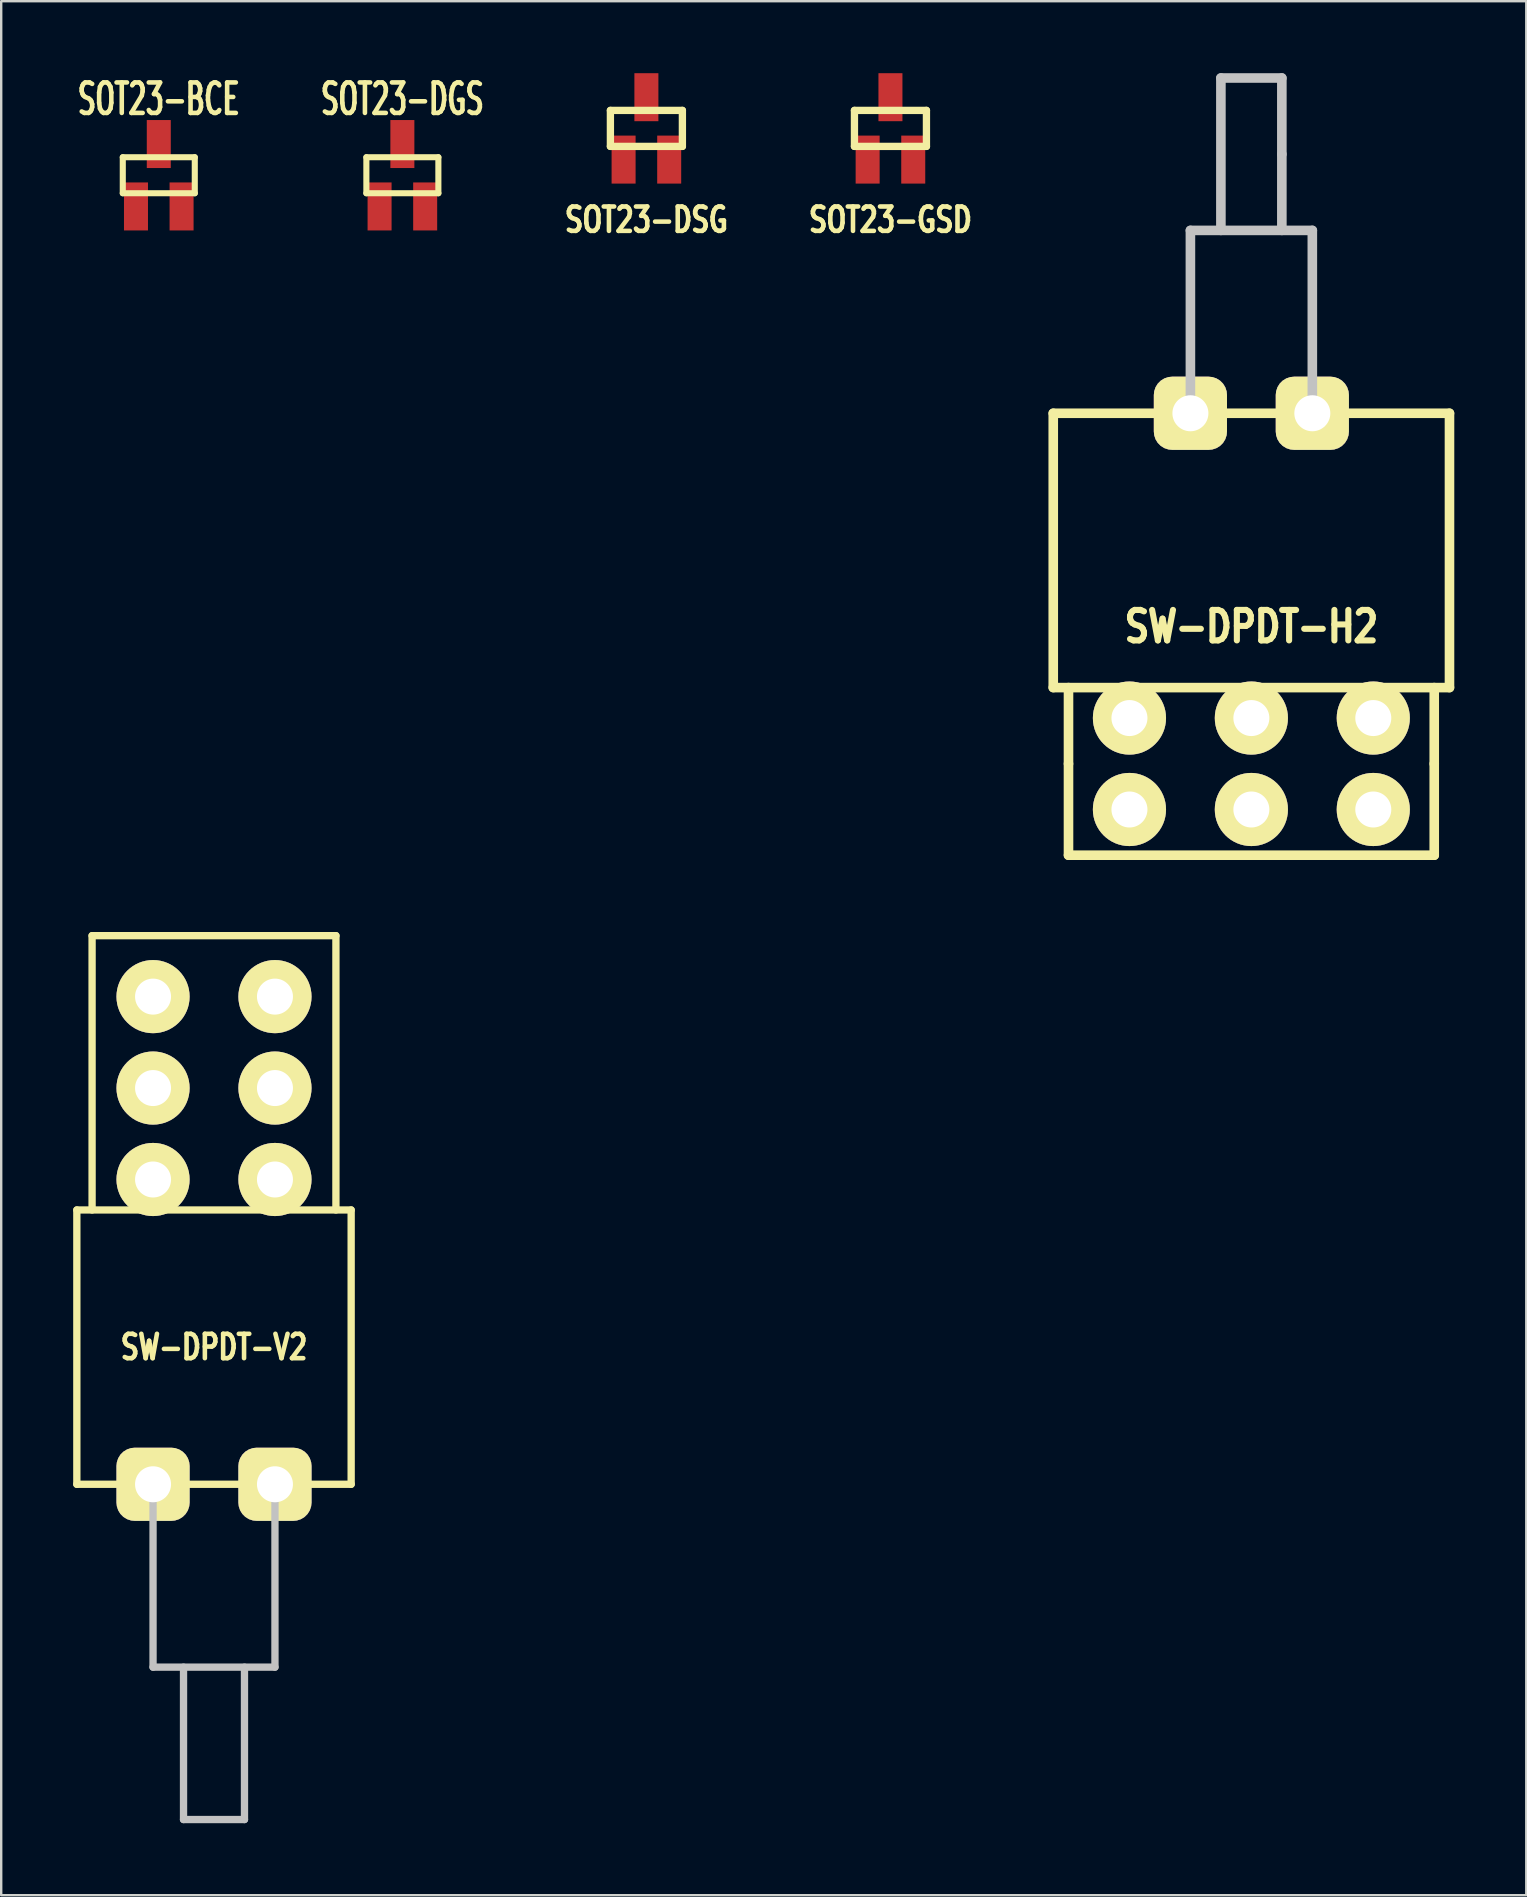
<source format=kicad_pcb>
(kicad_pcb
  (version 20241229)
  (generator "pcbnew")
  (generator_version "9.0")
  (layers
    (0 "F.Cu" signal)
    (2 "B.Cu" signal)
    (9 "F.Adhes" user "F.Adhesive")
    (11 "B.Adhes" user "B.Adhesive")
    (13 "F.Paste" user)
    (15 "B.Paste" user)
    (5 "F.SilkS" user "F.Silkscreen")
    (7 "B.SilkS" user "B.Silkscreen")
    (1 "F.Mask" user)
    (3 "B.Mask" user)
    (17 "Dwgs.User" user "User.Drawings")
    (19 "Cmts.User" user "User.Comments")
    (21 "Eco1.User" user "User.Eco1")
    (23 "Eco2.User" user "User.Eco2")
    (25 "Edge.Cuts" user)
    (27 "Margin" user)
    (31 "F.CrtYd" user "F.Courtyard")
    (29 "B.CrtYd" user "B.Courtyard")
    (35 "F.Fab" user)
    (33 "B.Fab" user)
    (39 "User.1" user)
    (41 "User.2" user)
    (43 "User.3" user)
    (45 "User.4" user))
  (footprint "SW-DPDT-V2"
    (layer "F.Cu")
    (at 5.867 46.097)
    (property "Reference" "SW-DPDT-V2" (at 0 6.985 0) (layer "F.SilkS") (effects (font (size 1.016 0.762) (thickness 0.191))))
    (attr through_hole)
    (fp_line (start -5.715 1.27) (end 5.715 1.27) (stroke (width 0.305) (type solid)) (layer "F.SilkS"))
    (fp_line (start -5.715 12.7) (end -5.715 1.27) (stroke (width 0.305) (type solid)) (layer "F.SilkS"))
    (fp_line (start -5.08 -10.16) (end -5.08 1.27) (stroke (width 0.305) (type solid)) (layer "F.SilkS"))
    (fp_line (start 5.08 -10.16) (end -5.08 -10.16) (stroke (width 0.305) (type solid)) (layer "F.SilkS"))
    (fp_line (start 5.08 1.27) (end 5.08 -10.16) (stroke (width 0.305) (type solid)) (layer "F.SilkS"))
    (fp_line (start 5.715 1.27) (end 5.715 12.7) (stroke (width 0.305) (type solid)) (layer "F.SilkS"))
    (fp_line (start 5.715 12.7) (end -5.715 12.7) (stroke (width 0.305) (type solid)) (layer "F.SilkS"))
    (fp_line (start -2.54 20.32) (end -2.54 12.7) (stroke (width 0.305) (type solid)) (layer "Dwgs.User"))
    (fp_line (start -1.27 26.67) (end -1.27 20.32) (stroke (width 0.305) (type solid)) (layer "Dwgs.User"))
    (fp_line (start 1.27 20.32) (end 1.27 26.67) (stroke (width 0.305) (type solid)) (layer "Dwgs.User"))
    (fp_line (start 1.27 26.67) (end -1.27 26.67) (stroke (width 0.305) (type solid)) (layer "Dwgs.User"))
    (fp_line (start 2.54 12.7) (end 2.54 20.32) (stroke (width 0.305) (type solid)) (layer "Dwgs.User"))
    (fp_line (start 2.54 20.32) (end -2.54 20.32) (stroke (width 0.305) (type solid)) (layer "Dwgs.User"))
    (pad "0" thru_hole roundrect (at -2.54 12.7) (size 3.048 3.048) (drill 1.5) (layers "*.Cu" "*.Mask" "F.SilkS") (roundrect_rratio 0.25))
    (pad "0" thru_hole roundrect (at 2.54 12.7) (size 3.048 3.048) (drill 1.5) (layers "*.Cu" "*.Mask" "F.SilkS") (roundrect_rratio 0.25))
    (pad "1" thru_hole circle (at 2.54 -3.81) (size 3.048 3.048) (drill 1.5) (layers "*.Cu" "*.Mask" "F.SilkS"))
    (pad "2" thru_hole circle (at 2.54 -7.62) (size 3.048 3.048) (drill 1.5) (layers "*.Cu" "*.Mask" "F.SilkS"))
    (pad "3" thru_hole circle (at 2.54 0) (size 3.048 3.048) (drill 1.5) (layers "*.Cu" "*.Mask" "F.SilkS"))
    (pad "4" thru_hole circle (at -2.54 -3.81) (size 3.048 3.048) (drill 1.5) (layers "*.Cu" "*.Mask" "F.SilkS"))
    (pad "5" thru_hole circle (at -2.54 -7.62) (size 3.048 3.048) (drill 1.5) (layers "*.Cu" "*.Mask" "F.SilkS"))
    (pad "6" thru_hole circle (at -2.54 0) (size 3.048 3.048) (drill 1.5) (layers "*.Cu" "*.Mask" "F.SilkS")))
  (footprint "SOT23-DSG"
    (layer "F.Cu")
    (at 23.884 2.3)
    (property "Reference" "SOT23-DSG" (at 0 3.81 0) (layer "F.SilkS") (effects (font (size 1.016 0.762) (thickness 0.191))))
    (attr smd)
    (fp_line (start -1.5 -0.75) (end 1.5 -0.75) (stroke (width 0.305) (type solid)) (layer "F.SilkS"))
    (fp_line (start -1.5 0.75) (end -1.5 -0.75) (stroke (width 0.305) (type solid)) (layer "F.SilkS"))
    (fp_line (start 1.5 -0.75) (end 1.5 0.75) (stroke (width 0.305) (type solid)) (layer "F.SilkS"))
    (fp_line (start 1.5 0.75) (end -1.5 0.75) (stroke (width 0.305) (type solid)) (layer "F.SilkS"))
    (pad "d" smd rect (at -0.95 1.3) (size 1 2) (layers "F.Cu" "F.Mask" "F.Paste"))
    (pad "g" smd rect (at 0 -1.3) (size 1 2) (layers "F.Cu" "F.Mask" "F.Paste"))
    (pad "s" smd rect (at 0.95 1.3) (size 1 2) (layers "F.Cu" "F.Mask" "F.Paste")))
  (footprint "SW-DPDT-H2"
    (layer "F.Cu")
    (at 49.092 14.17)
    (property "Reference" "SW-DPDT-H2" (at 0 8.89 0) (layer "F.SilkS") (effects (font (size 1.27 1.016) (thickness 0.254))))
    (attr through_hole)
    (fp_line (start -8.255 0) (end -8.255 11.43) (stroke (width 0.4) (type solid)) (layer "F.SilkS"))
    (fp_line (start -8.255 0) (end 8.255 0) (stroke (width 0.4) (type solid)) (layer "F.SilkS"))
    (fp_line (start -8.255 11.43) (end 8.255 11.43) (stroke (width 0.4) (type solid)) (layer "F.SilkS"))
    (fp_line (start -7.62 11.43) (end -7.62 14.605) (stroke (width 0.4) (type solid)) (layer "F.SilkS"))
    (fp_line (start -7.62 14.605) (end -7.62 18.415) (stroke (width 0.4) (type solid)) (layer "F.SilkS"))
    (fp_line (start -7.62 18.415) (end 7.62 18.415) (stroke (width 0.4) (type solid)) (layer "F.SilkS"))
    (fp_line (start 7.62 14.605) (end 7.62 11.43) (stroke (width 0.4) (type solid)) (layer "F.SilkS"))
    (fp_line (start 7.62 18.415) (end 7.62 14.605) (stroke (width 0.4) (type solid)) (layer "F.SilkS"))
    (fp_line (start 8.255 11.43) (end 8.255 0) (stroke (width 0.4) (type solid)) (layer "F.SilkS"))
    (fp_line (start -2.54 0) (end -2.54 -7.62) (stroke (width 0.4) (type solid)) (layer "Dwgs.User"))
    (fp_line (start -1.27 -13.97) (end 1.27 -13.97) (stroke (width 0.4) (type solid)) (layer "Dwgs.User"))
    (fp_line (start -1.27 -7.62) (end -1.27 -13.97) (stroke (width 0.4) (type solid)) (layer "Dwgs.User"))
    (fp_line (start 1.27 -13.97) (end 1.27 -10.795) (stroke (width 0.4) (type solid)) (layer "Dwgs.User"))
    (fp_line (start 1.27 -10.795) (end 1.27 -7.62) (stroke (width 0.4) (type solid)) (layer "Dwgs.User"))
    (fp_line (start 2.54 -7.62) (end -2.54 -7.62) (stroke (width 0.4) (type solid)) (layer "Dwgs.User"))
    (fp_line (start 2.54 0) (end 2.54 -7.62) (stroke (width 0.4) (type solid)) (layer "Dwgs.User"))
    (pad "" thru_hole roundrect (at -2.54 0) (size 3.048 3.048) (drill 1.5) (layers "*.Cu" "*.Mask" "F.SilkS") (roundrect_rratio 0.25))
    (pad "" thru_hole roundrect (at 2.54 0) (size 3.048 3.048) (drill 1.5) (layers "*.Cu" "*.Mask" "F.SilkS") (roundrect_rratio 0.25))
    (pad "1" thru_hole circle (at 0 16.51) (size 3.048 3.048) (drill 1.5) (layers "*.Cu" "*.Mask" "F.SilkS"))
    (pad "2" thru_hole circle (at 5.08 16.51) (size 3.048 3.048) (drill 1.5) (layers "*.Cu" "*.Mask" "F.SilkS"))
    (pad "3" thru_hole circle (at -5.08 16.51) (size 3.048 3.048) (drill 1.5) (layers "*.Cu" "*.Mask" "F.SilkS"))
    (pad "4" thru_hole circle (at 0 12.7) (size 3.048 3.048) (drill 1.5) (layers "*.Cu" "*.Mask" "F.SilkS"))
    (pad "5" thru_hole circle (at 5.08 12.7) (size 3.048 3.048) (drill 1.5) (layers "*.Cu" "*.Mask" "F.SilkS"))
    (pad "6" thru_hole circle (at -5.08 12.7) (size 3.048 3.048) (drill 1.5) (layers "*.Cu" "*.Mask" "F.SilkS")))
  (footprint "SOT23-GSD"
    (layer "F.Cu")
    (at 34.053 2.3)
    (property "Reference" "SOT23-GSD" (at 0 3.81 0) (layer "F.SilkS") (effects (font (size 1.016 0.762) (thickness 0.191))))
    (attr smd)
    (fp_line (start -1.5 -0.75) (end 1.5 -0.75) (stroke (width 0.305) (type solid)) (layer "F.SilkS"))
    (fp_line (start -1.5 0.75) (end -1.5 -0.75) (stroke (width 0.305) (type solid)) (layer "F.SilkS"))
    (fp_line (start 1.5 -0.75) (end 1.5 0.75) (stroke (width 0.305) (type solid)) (layer "F.SilkS"))
    (fp_line (start 1.5 0.75) (end -1.5 0.75) (stroke (width 0.305) (type solid)) (layer "F.SilkS"))
    (pad "d" smd rect (at 0 -1.3) (size 1 2) (layers "F.Cu" "F.Mask" "F.Paste"))
    (pad "g" smd rect (at -0.95 1.3) (size 1 2) (layers "F.Cu" "F.Mask" "F.Paste"))
    (pad "s" smd rect (at 0.95 1.3) (size 1 2) (layers "F.Cu" "F.Mask" "F.Paste")))
  (footprint "SOT23-DGS"
    (layer "F.Cu")
    (at 13.716 4.252)
    (property "Reference" "SOT23-DGS" (at 0 -3.175 0) (layer "F.SilkS") (effects (font (size 1.27 0.762) (thickness 0.191))))
    (attr through_hole)
    (fp_line (start -1.5 -0.75) (end 1.5 -0.75) (stroke (width 0.254) (type solid)) (layer "F.SilkS"))
    (fp_line (start -1.5 0.75) (end -1.5 -0.75) (stroke (width 0.254) (type solid)) (layer "F.SilkS"))
    (fp_line (start 1.5 -0.75) (end 1.5 0.75) (stroke (width 0.254) (type solid)) (layer "F.SilkS"))
    (fp_line (start 1.5 0.75) (end -1.5 0.75) (stroke (width 0.254) (type solid)) (layer "F.SilkS"))
    (pad "D" smd rect (at -0.95 1.3) (size 1 2) (layers "F.Cu" "F.Mask" "F.Paste"))
    (pad "G" smd rect (at 0 -1.3) (size 1 2) (layers "F.Cu" "F.Mask" "F.Paste"))
    (pad "S" smd rect (at 0.95 1.3) (size 1 2) (layers "F.Cu" "F.Mask" "F.Paste")))
  (footprint "SOT23-BCE"
    (layer "F.Cu")
    (at 3.566 4.252)
    (property "Reference" "SOT23-BCE" (at 0 -3.175 0) (layer "F.SilkS") (effects (font (size 1.27 0.762) (thickness 0.191))))
    (attr through_hole)
    (fp_line (start -1.5 -0.75) (end 1.5 -0.75) (stroke (width 0.254) (type solid)) (layer "F.SilkS"))
    (fp_line (start -1.5 0.75) (end -1.5 -0.75) (stroke (width 0.254) (type solid)) (layer "F.SilkS"))
    (fp_line (start 1.5 -0.75) (end 1.5 0.75) (stroke (width 0.254) (type solid)) (layer "F.SilkS"))
    (fp_line (start 1.5 0.75) (end -1.5 0.75) (stroke (width 0.254) (type solid)) (layer "F.SilkS"))
    (pad "B" smd rect (at -0.95 1.3) (size 1 2) (layers "F.Cu" "F.Mask" "F.Paste"))
    (pad "C" smd rect (at 0 -1.3) (size 1 2) (layers "F.Cu" "F.Mask" "F.Paste"))
    (pad "E" smd rect (at 0.95 1.3) (size 1 2) (layers "F.Cu" "F.Mask" "F.Paste")))
  (gr_rect
    (start -3 -3)
    (end 60.547 75.92)
    (stroke (width 0.1) (type default))
    (fill no)
    (layer "Edge.Cuts")))
</source>
